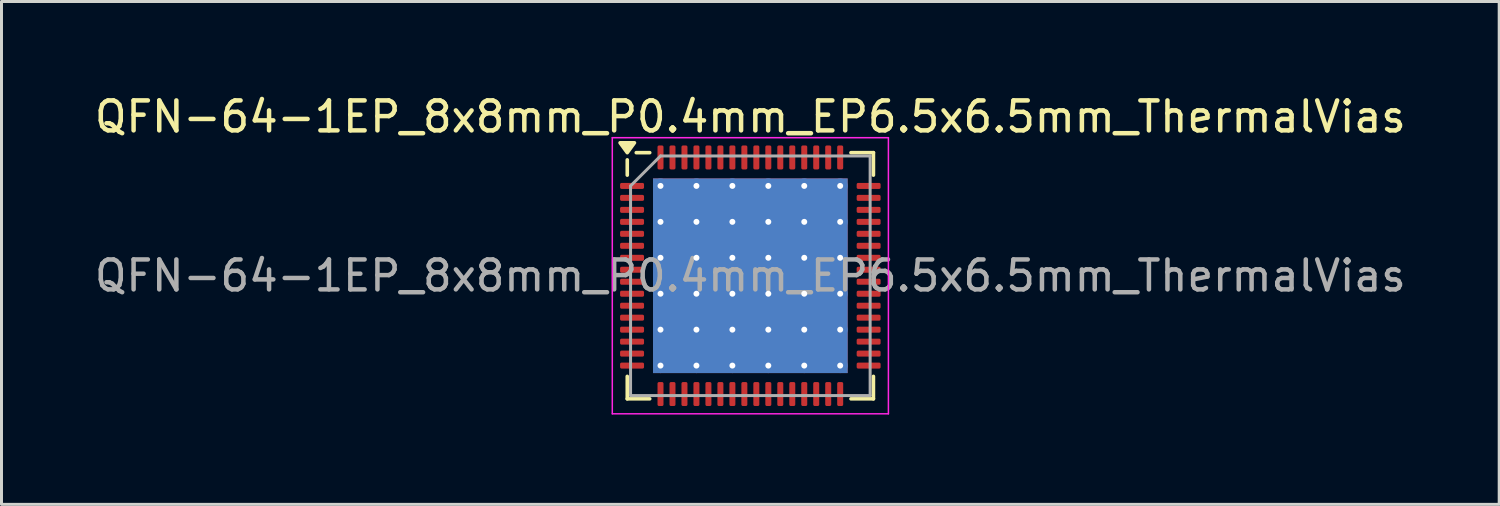
<source format=kicad_pcb>
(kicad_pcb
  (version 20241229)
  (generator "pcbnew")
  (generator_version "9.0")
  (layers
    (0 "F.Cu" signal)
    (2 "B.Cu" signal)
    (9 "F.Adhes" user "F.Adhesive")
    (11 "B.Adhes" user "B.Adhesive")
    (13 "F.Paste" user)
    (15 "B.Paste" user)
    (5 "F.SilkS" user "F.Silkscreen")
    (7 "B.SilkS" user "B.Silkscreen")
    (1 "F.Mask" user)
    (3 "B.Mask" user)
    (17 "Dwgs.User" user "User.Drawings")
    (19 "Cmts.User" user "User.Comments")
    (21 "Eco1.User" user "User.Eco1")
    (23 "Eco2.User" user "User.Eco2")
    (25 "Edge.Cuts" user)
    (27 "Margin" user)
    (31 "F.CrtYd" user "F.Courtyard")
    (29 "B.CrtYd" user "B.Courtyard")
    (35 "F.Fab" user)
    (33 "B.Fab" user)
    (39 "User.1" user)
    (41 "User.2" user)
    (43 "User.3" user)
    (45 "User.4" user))
  (footprint "QFN-64-1EP_8x8mm_P0.4mm_EP6.5x6.5mm_ThermalVias"
    (layer "F.Cu")
    (at 22.006 6.158)
    (property "Reference" "QFN-64-1EP_8x8mm_P0.4mm_EP6.5x6.5mm_ThermalVias" (at 0 -5.31 0) (layer "F.SilkS") (effects (font (size 1 1) (thickness 0.15))))
    (attr smd)
    (fp_line (start -4.11 -3.36) (end -4.11 -3.87) (stroke (width 0.12) (type solid)) (layer "F.SilkS"))
    (fp_line (start -4.11 4.11) (end -4.11 3.36) (stroke (width 0.12) (type solid)) (layer "F.SilkS"))
    (fp_line (start -3.36 -4.11) (end -3.81 -4.11) (stroke (width 0.12) (type solid)) (layer "F.SilkS"))
    (fp_line (start -3.36 4.11) (end -4.11 4.11) (stroke (width 0.12) (type solid)) (layer "F.SilkS"))
    (fp_line (start 3.36 -4.11) (end 4.11 -4.11) (stroke (width 0.12) (type solid)) (layer "F.SilkS"))
    (fp_line (start 3.36 4.11) (end 4.11 4.11) (stroke (width 0.12) (type solid)) (layer "F.SilkS"))
    (fp_line (start 4.11 -4.11) (end 4.11 -3.36) (stroke (width 0.12) (type solid)) (layer "F.SilkS"))
    (fp_line (start 4.11 4.11) (end 4.11 3.36) (stroke (width 0.12) (type solid)) (layer "F.SilkS"))
    (fp_poly (pts (xy -4.11 -4.11) (xy -4.35 -4.44) (xy -3.87 -4.44) (xy -4.11 -4.11)) (stroke (width 0.12) (type solid)) (fill yes) (layer "F.SilkS"))
    (fp_line (start -4.61 -4.61) (end -4.61 4.61) (stroke (width 0.05) (type solid)) (layer "F.CrtYd"))
    (fp_line (start -4.61 4.61) (end 4.61 4.61) (stroke (width 0.05) (type solid)) (layer "F.CrtYd"))
    (fp_line (start 4.61 -4.61) (end -4.61 -4.61) (stroke (width 0.05) (type solid)) (layer "F.CrtYd"))
    (fp_line (start 4.61 4.61) (end 4.61 -4.61) (stroke (width 0.05) (type solid)) (layer "F.CrtYd"))
    (fp_line (start -4 -3) (end -3 -4) (stroke (width 0.1) (type solid)) (layer "F.Fab"))
    (fp_line (start -4 4) (end -4 -3) (stroke (width 0.1) (type solid)) (layer "F.Fab"))
    (fp_line (start -3 -4) (end 4 -4) (stroke (width 0.1) (type solid)) (layer "F.Fab"))
    (fp_line (start 4 -4) (end 4 4) (stroke (width 0.1) (type solid)) (layer "F.Fab"))
    (fp_line (start 4 4) (end -4 4) (stroke (width 0.1) (type solid)) (layer "F.Fab"))
    (fp_text user "${REFERENCE}" (at 0 0 0) (layer "F.Fab") (effects (font (size 1 1) (thickness 0.15))))
    (pad "" smd roundrect (at -2.4 -2.4) (size 1.007 1.007) (layers "F.Paste") (roundrect_rratio 0.248))
    (pad "" smd roundrect (at -2.4 -1.2) (size 1.007 1.007) (layers "F.Paste") (roundrect_rratio 0.248))
    (pad "" smd roundrect (at -2.4 0) (size 1.007 1.007) (layers "F.Paste") (roundrect_rratio 0.248))
    (pad "" smd roundrect (at -2.4 1.2) (size 1.007 1.007) (layers "F.Paste") (roundrect_rratio 0.248))
    (pad "" smd roundrect (at -2.4 2.4) (size 1.007 1.007) (layers "F.Paste") (roundrect_rratio 0.248))
    (pad "" smd roundrect (at -1.2 -2.4) (size 1.007 1.007) (layers "F.Paste") (roundrect_rratio 0.248))
    (pad "" smd roundrect (at -1.2 -1.2) (size 1.007 1.007) (layers "F.Paste") (roundrect_rratio 0.248))
    (pad "" smd roundrect (at -1.2 0) (size 1.007 1.007) (layers "F.Paste") (roundrect_rratio 0.248))
    (pad "" smd roundrect (at -1.2 1.2) (size 1.007 1.007) (layers "F.Paste") (roundrect_rratio 0.248))
    (pad "" smd roundrect (at -1.2 2.4) (size 1.007 1.007) (layers "F.Paste") (roundrect_rratio 0.248))
    (pad "" smd roundrect (at 0 -2.4) (size 1.007 1.007) (layers "F.Paste") (roundrect_rratio 0.248))
    (pad "" smd roundrect (at 0 -1.2) (size 1.007 1.007) (layers "F.Paste") (roundrect_rratio 0.248))
    (pad "" smd roundrect (at 0 0) (size 1.007 1.007) (layers "F.Paste") (roundrect_rratio 0.248))
    (pad "" smd roundrect (at 0 1.2) (size 1.007 1.007) (layers "F.Paste") (roundrect_rratio 0.248))
    (pad "" smd roundrect (at 0 2.4) (size 1.007 1.007) (layers "F.Paste") (roundrect_rratio 0.248))
    (pad "" smd roundrect (at 1.2 -2.4) (size 1.007 1.007) (layers "F.Paste") (roundrect_rratio 0.248))
    (pad "" smd roundrect (at 1.2 -1.2) (size 1.007 1.007) (layers "F.Paste") (roundrect_rratio 0.248))
    (pad "" smd roundrect (at 1.2 0) (size 1.007 1.007) (layers "F.Paste") (roundrect_rratio 0.248))
    (pad "" smd roundrect (at 1.2 1.2) (size 1.007 1.007) (layers "F.Paste") (roundrect_rratio 0.248))
    (pad "" smd roundrect (at 1.2 2.4) (size 1.007 1.007) (layers "F.Paste") (roundrect_rratio 0.248))
    (pad "" smd roundrect (at 2.4 -2.4) (size 1.007 1.007) (layers "F.Paste") (roundrect_rratio 0.248))
    (pad "" smd roundrect (at 2.4 -1.2) (size 1.007 1.007) (layers "F.Paste") (roundrect_rratio 0.248))
    (pad "" smd roundrect (at 2.4 0) (size 1.007 1.007) (layers "F.Paste") (roundrect_rratio 0.248))
    (pad "" smd roundrect (at 2.4 1.2) (size 1.007 1.007) (layers "F.Paste") (roundrect_rratio 0.248))
    (pad "" smd roundrect (at 2.4 2.4) (size 1.007 1.007) (layers "F.Paste") (roundrect_rratio 0.248))
    (pad "1" smd roundrect (at -3.95 -3) (size 0.8 0.2) (layers "F.Cu" "F.Mask" "F.Paste") (roundrect_rratio 0.25))
    (pad "2" smd roundrect (at -3.95 -2.6) (size 0.8 0.2) (layers "F.Cu" "F.Mask" "F.Paste") (roundrect_rratio 0.25))
    (pad "3" smd roundrect (at -3.95 -2.2) (size 0.8 0.2) (layers "F.Cu" "F.Mask" "F.Paste") (roundrect_rratio 0.25))
    (pad "4" smd roundrect (at -3.95 -1.8) (size 0.8 0.2) (layers "F.Cu" "F.Mask" "F.Paste") (roundrect_rratio 0.25))
    (pad "5" smd roundrect (at -3.95 -1.4) (size 0.8 0.2) (layers "F.Cu" "F.Mask" "F.Paste") (roundrect_rratio 0.25))
    (pad "6" smd roundrect (at -3.95 -1) (size 0.8 0.2) (layers "F.Cu" "F.Mask" "F.Paste") (roundrect_rratio 0.25))
    (pad "7" smd roundrect (at -3.95 -0.6) (size 0.8 0.2) (layers "F.Cu" "F.Mask" "F.Paste") (roundrect_rratio 0.25))
    (pad "8" smd roundrect (at -3.95 -0.2) (size 0.8 0.2) (layers "F.Cu" "F.Mask" "F.Paste") (roundrect_rratio 0.25))
    (pad "9" smd roundrect (at -3.95 0.2) (size 0.8 0.2) (layers "F.Cu" "F.Mask" "F.Paste") (roundrect_rratio 0.25))
    (pad "10" smd roundrect (at -3.95 0.6) (size 0.8 0.2) (layers "F.Cu" "F.Mask" "F.Paste") (roundrect_rratio 0.25))
    (pad "11" smd roundrect (at -3.95 1) (size 0.8 0.2) (layers "F.Cu" "F.Mask" "F.Paste") (roundrect_rratio 0.25))
    (pad "12" smd roundrect (at -3.95 1.4) (size 0.8 0.2) (layers "F.Cu" "F.Mask" "F.Paste") (roundrect_rratio 0.25))
    (pad "13" smd roundrect (at -3.95 1.8) (size 0.8 0.2) (layers "F.Cu" "F.Mask" "F.Paste") (roundrect_rratio 0.25))
    (pad "14" smd roundrect (at -3.95 2.2) (size 0.8 0.2) (layers "F.Cu" "F.Mask" "F.Paste") (roundrect_rratio 0.25))
    (pad "15" smd roundrect (at -3.95 2.6) (size 0.8 0.2) (layers "F.Cu" "F.Mask" "F.Paste") (roundrect_rratio 0.25))
    (pad "16" smd roundrect (at -3.95 3) (size 0.8 0.2) (layers "F.Cu" "F.Mask" "F.Paste") (roundrect_rratio 0.25))
    (pad "17" smd roundrect (at -3 3.95) (size 0.2 0.8) (layers "F.Cu" "F.Mask" "F.Paste") (roundrect_rratio 0.25))
    (pad "18" smd roundrect (at -2.6 3.95) (size 0.2 0.8) (layers "F.Cu" "F.Mask" "F.Paste") (roundrect_rratio 0.25))
    (pad "19" smd roundrect (at -2.2 3.95) (size 0.2 0.8) (layers "F.Cu" "F.Mask" "F.Paste") (roundrect_rratio 0.25))
    (pad "20" smd roundrect (at -1.8 3.95) (size 0.2 0.8) (layers "F.Cu" "F.Mask" "F.Paste") (roundrect_rratio 0.25))
    (pad "21" smd roundrect (at -1.4 3.95) (size 0.2 0.8) (layers "F.Cu" "F.Mask" "F.Paste") (roundrect_rratio 0.25))
    (pad "22" smd roundrect (at -1 3.95) (size 0.2 0.8) (layers "F.Cu" "F.Mask" "F.Paste") (roundrect_rratio 0.25))
    (pad "23" smd roundrect (at -0.6 3.95) (size 0.2 0.8) (layers "F.Cu" "F.Mask" "F.Paste") (roundrect_rratio 0.25))
    (pad "24" smd roundrect (at -0.2 3.95) (size 0.2 0.8) (layers "F.Cu" "F.Mask" "F.Paste") (roundrect_rratio 0.25))
    (pad "25" smd roundrect (at 0.2 3.95) (size 0.2 0.8) (layers "F.Cu" "F.Mask" "F.Paste") (roundrect_rratio 0.25))
    (pad "26" smd roundrect (at 0.6 3.95) (size 0.2 0.8) (layers "F.Cu" "F.Mask" "F.Paste") (roundrect_rratio 0.25))
    (pad "27" smd roundrect (at 1 3.95) (size 0.2 0.8) (layers "F.Cu" "F.Mask" "F.Paste") (roundrect_rratio 0.25))
    (pad "28" smd roundrect (at 1.4 3.95) (size 0.2 0.8) (layers "F.Cu" "F.Mask" "F.Paste") (roundrect_rratio 0.25))
    (pad "29" smd roundrect (at 1.8 3.95) (size 0.2 0.8) (layers "F.Cu" "F.Mask" "F.Paste") (roundrect_rratio 0.25))
    (pad "30" smd roundrect (at 2.2 3.95) (size 0.2 0.8) (layers "F.Cu" "F.Mask" "F.Paste") (roundrect_rratio 0.25))
    (pad "31" smd roundrect (at 2.6 3.95) (size 0.2 0.8) (layers "F.Cu" "F.Mask" "F.Paste") (roundrect_rratio 0.25))
    (pad "32" smd roundrect (at 3 3.95) (size 0.2 0.8) (layers "F.Cu" "F.Mask" "F.Paste") (roundrect_rratio 0.25))
    (pad "33" smd roundrect (at 3.95 3) (size 0.8 0.2) (layers "F.Cu" "F.Mask" "F.Paste") (roundrect_rratio 0.25))
    (pad "34" smd roundrect (at 3.95 2.6) (size 0.8 0.2) (layers "F.Cu" "F.Mask" "F.Paste") (roundrect_rratio 0.25))
    (pad "35" smd roundrect (at 3.95 2.2) (size 0.8 0.2) (layers "F.Cu" "F.Mask" "F.Paste") (roundrect_rratio 0.25))
    (pad "36" smd roundrect (at 3.95 1.8) (size 0.8 0.2) (layers "F.Cu" "F.Mask" "F.Paste") (roundrect_rratio 0.25))
    (pad "37" smd roundrect (at 3.95 1.4) (size 0.8 0.2) (layers "F.Cu" "F.Mask" "F.Paste") (roundrect_rratio 0.25))
    (pad "38" smd roundrect (at 3.95 1) (size 0.8 0.2) (layers "F.Cu" "F.Mask" "F.Paste") (roundrect_rratio 0.25))
    (pad "39" smd roundrect (at 3.95 0.6) (size 0.8 0.2) (layers "F.Cu" "F.Mask" "F.Paste") (roundrect_rratio 0.25))
    (pad "40" smd roundrect (at 3.95 0.2) (size 0.8 0.2) (layers "F.Cu" "F.Mask" "F.Paste") (roundrect_rratio 0.25))
    (pad "41" smd roundrect (at 3.95 -0.2) (size 0.8 0.2) (layers "F.Cu" "F.Mask" "F.Paste") (roundrect_rratio 0.25))
    (pad "42" smd roundrect (at 3.95 -0.6) (size 0.8 0.2) (layers "F.Cu" "F.Mask" "F.Paste") (roundrect_rratio 0.25))
    (pad "43" smd roundrect (at 3.95 -1) (size 0.8 0.2) (layers "F.Cu" "F.Mask" "F.Paste") (roundrect_rratio 0.25))
    (pad "44" smd roundrect (at 3.95 -1.4) (size 0.8 0.2) (layers "F.Cu" "F.Mask" "F.Paste") (roundrect_rratio 0.25))
    (pad "45" smd roundrect (at 3.95 -1.8) (size 0.8 0.2) (layers "F.Cu" "F.Mask" "F.Paste") (roundrect_rratio 0.25))
    (pad "46" smd roundrect (at 3.95 -2.2) (size 0.8 0.2) (layers "F.Cu" "F.Mask" "F.Paste") (roundrect_rratio 0.25))
    (pad "47" smd roundrect (at 3.95 -2.6) (size 0.8 0.2) (layers "F.Cu" "F.Mask" "F.Paste") (roundrect_rratio 0.25))
    (pad "48" smd roundrect (at 3.95 -3) (size 0.8 0.2) (layers "F.Cu" "F.Mask" "F.Paste") (roundrect_rratio 0.25))
    (pad "49" smd roundrect (at 3 -3.95) (size 0.2 0.8) (layers "F.Cu" "F.Mask" "F.Paste") (roundrect_rratio 0.25))
    (pad "50" smd roundrect (at 2.6 -3.95) (size 0.2 0.8) (layers "F.Cu" "F.Mask" "F.Paste") (roundrect_rratio 0.25))
    (pad "51" smd roundrect (at 2.2 -3.95) (size 0.2 0.8) (layers "F.Cu" "F.Mask" "F.Paste") (roundrect_rratio 0.25))
    (pad "52" smd roundrect (at 1.8 -3.95) (size 0.2 0.8) (layers "F.Cu" "F.Mask" "F.Paste") (roundrect_rratio 0.25))
    (pad "53" smd roundrect (at 1.4 -3.95) (size 0.2 0.8) (layers "F.Cu" "F.Mask" "F.Paste") (roundrect_rratio 0.25))
    (pad "54" smd roundrect (at 1 -3.95) (size 0.2 0.8) (layers "F.Cu" "F.Mask" "F.Paste") (roundrect_rratio 0.25))
    (pad "55" smd roundrect (at 0.6 -3.95) (size 0.2 0.8) (layers "F.Cu" "F.Mask" "F.Paste") (roundrect_rratio 0.25))
    (pad "56" smd roundrect (at 0.2 -3.95) (size 0.2 0.8) (layers "F.Cu" "F.Mask" "F.Paste") (roundrect_rratio 0.25))
    (pad "57" smd roundrect (at -0.2 -3.95) (size 0.2 0.8) (layers "F.Cu" "F.Mask" "F.Paste") (roundrect_rratio 0.25))
    (pad "58" smd roundrect (at -0.6 -3.95) (size 0.2 0.8) (layers "F.Cu" "F.Mask" "F.Paste") (roundrect_rratio 0.25))
    (pad "59" smd roundrect (at -1 -3.95) (size 0.2 0.8) (layers "F.Cu" "F.Mask" "F.Paste") (roundrect_rratio 0.25))
    (pad "60" smd roundrect (at -1.4 -3.95) (size 0.2 0.8) (layers "F.Cu" "F.Mask" "F.Paste") (roundrect_rratio 0.25))
    (pad "61" smd roundrect (at -1.8 -3.95) (size 0.2 0.8) (layers "F.Cu" "F.Mask" "F.Paste") (roundrect_rratio 0.25))
    (pad "62" smd roundrect (at -2.2 -3.95) (size 0.2 0.8) (layers "F.Cu" "F.Mask" "F.Paste") (roundrect_rratio 0.25))
    (pad "63" smd roundrect (at -2.6 -3.95) (size 0.2 0.8) (layers "F.Cu" "F.Mask" "F.Paste") (roundrect_rratio 0.25))
    (pad "64" smd roundrect (at -3 -3.95) (size 0.2 0.8) (layers "F.Cu" "F.Mask" "F.Paste") (roundrect_rratio 0.25))
    (pad "65" thru_hole circle (at -3 -3) (size 0.5 0.5) (drill 0.2) (property pad_prop_heatsink) (layers "*.Cu"))
    (pad "65" thru_hole circle (at -3 -1.8) (size 0.5 0.5) (drill 0.2) (property pad_prop_heatsink) (layers "*.Cu"))
    (pad "65" thru_hole circle (at -3 -0.6) (size 0.5 0.5) (drill 0.2) (property pad_prop_heatsink) (layers "*.Cu"))
    (pad "65" thru_hole circle (at -3 0.6) (size 0.5 0.5) (drill 0.2) (property pad_prop_heatsink) (layers "*.Cu"))
    (pad "65" thru_hole circle (at -3 1.8) (size 0.5 0.5) (drill 0.2) (property pad_prop_heatsink) (layers "*.Cu"))
    (pad "65" thru_hole circle (at -3 3) (size 0.5 0.5) (drill 0.2) (property pad_prop_heatsink) (layers "*.Cu"))
    (pad "65" thru_hole circle (at -1.8 -3) (size 0.5 0.5) (drill 0.2) (property pad_prop_heatsink) (layers "*.Cu"))
    (pad "65" thru_hole circle (at -1.8 -1.8) (size 0.5 0.5) (drill 0.2) (property pad_prop_heatsink) (layers "*.Cu"))
    (pad "65" thru_hole circle (at -1.8 -0.6) (size 0.5 0.5) (drill 0.2) (property pad_prop_heatsink) (layers "*.Cu"))
    (pad "65" thru_hole circle (at -1.8 0.6) (size 0.5 0.5) (drill 0.2) (property pad_prop_heatsink) (layers "*.Cu"))
    (pad "65" thru_hole circle (at -1.8 1.8) (size 0.5 0.5) (drill 0.2) (property pad_prop_heatsink) (layers "*.Cu"))
    (pad "65" thru_hole circle (at -1.8 3) (size 0.5 0.5) (drill 0.2) (property pad_prop_heatsink) (layers "*.Cu"))
    (pad "65" thru_hole circle (at -0.6 -3) (size 0.5 0.5) (drill 0.2) (property pad_prop_heatsink) (layers "*.Cu"))
    (pad "65" thru_hole circle (at -0.6 -1.8) (size 0.5 0.5) (drill 0.2) (property pad_prop_heatsink) (layers "*.Cu"))
    (pad "65" thru_hole circle (at -0.6 -0.6) (size 0.5 0.5) (drill 0.2) (property pad_prop_heatsink) (layers "*.Cu"))
    (pad "65" thru_hole circle (at -0.6 0.6) (size 0.5 0.5) (drill 0.2) (property pad_prop_heatsink) (layers "*.Cu"))
    (pad "65" thru_hole circle (at -0.6 1.8) (size 0.5 0.5) (drill 0.2) (property pad_prop_heatsink) (layers "*.Cu"))
    (pad "65" thru_hole circle (at -0.6 3) (size 0.5 0.5) (drill 0.2) (property pad_prop_heatsink) (layers "*.Cu"))
    (pad "65" smd rect (at 0 0) (size 6.5 6.5) (property pad_prop_heatsink) (layers "F.Cu" "F.Mask"))
    (pad "65" smd rect (at 0 0) (size 6.5 6.5) (property pad_prop_heatsink) (layers "B.Cu"))
    (pad "65" thru_hole circle (at 0.6 -3) (size 0.5 0.5) (drill 0.2) (property pad_prop_heatsink) (layers "*.Cu"))
    (pad "65" thru_hole circle (at 0.6 -1.8) (size 0.5 0.5) (drill 0.2) (property pad_prop_heatsink) (layers "*.Cu"))
    (pad "65" thru_hole circle (at 0.6 -0.6) (size 0.5 0.5) (drill 0.2) (property pad_prop_heatsink) (layers "*.Cu"))
    (pad "65" thru_hole circle (at 0.6 0.6) (size 0.5 0.5) (drill 0.2) (property pad_prop_heatsink) (layers "*.Cu"))
    (pad "65" thru_hole circle (at 0.6 1.8) (size 0.5 0.5) (drill 0.2) (property pad_prop_heatsink) (layers "*.Cu"))
    (pad "65" thru_hole circle (at 0.6 3) (size 0.5 0.5) (drill 0.2) (property pad_prop_heatsink) (layers "*.Cu"))
    (pad "65" thru_hole circle (at 1.8 -3) (size 0.5 0.5) (drill 0.2) (property pad_prop_heatsink) (layers "*.Cu"))
    (pad "65" thru_hole circle (at 1.8 -1.8) (size 0.5 0.5) (drill 0.2) (property pad_prop_heatsink) (layers "*.Cu"))
    (pad "65" thru_hole circle (at 1.8 -0.6) (size 0.5 0.5) (drill 0.2) (property pad_prop_heatsink) (layers "*.Cu"))
    (pad "65" thru_hole circle (at 1.8 0.6) (size 0.5 0.5) (drill 0.2) (property pad_prop_heatsink) (layers "*.Cu"))
    (pad "65" thru_hole circle (at 1.8 1.8) (size 0.5 0.5) (drill 0.2) (property pad_prop_heatsink) (layers "*.Cu"))
    (pad "65" thru_hole circle (at 1.8 3) (size 0.5 0.5) (drill 0.2) (property pad_prop_heatsink) (layers "*.Cu"))
    (pad "65" thru_hole circle (at 3 -3) (size 0.5 0.5) (drill 0.2) (property pad_prop_heatsink) (layers "*.Cu"))
    (pad "65" thru_hole circle (at 3 -1.8) (size 0.5 0.5) (drill 0.2) (property pad_prop_heatsink) (layers "*.Cu"))
    (pad "65" thru_hole circle (at 3 -0.6) (size 0.5 0.5) (drill 0.2) (property pad_prop_heatsink) (layers "*.Cu"))
    (pad "65" thru_hole circle (at 3 0.6) (size 0.5 0.5) (drill 0.2) (property pad_prop_heatsink) (layers "*.Cu"))
    (pad "65" thru_hole circle (at 3 1.8) (size 0.5 0.5) (drill 0.2) (property pad_prop_heatsink) (layers "*.Cu"))
    (pad "65" thru_hole circle (at 3 3) (size 0.5 0.5) (drill 0.2) (property pad_prop_heatsink) (layers "*.Cu")))
  (gr_rect
    (start -3 -3)
    (end 47.012 13.793)
    (stroke (width 0.1) (type default))
    (fill no)
    (layer "Edge.Cuts")))
</source>
